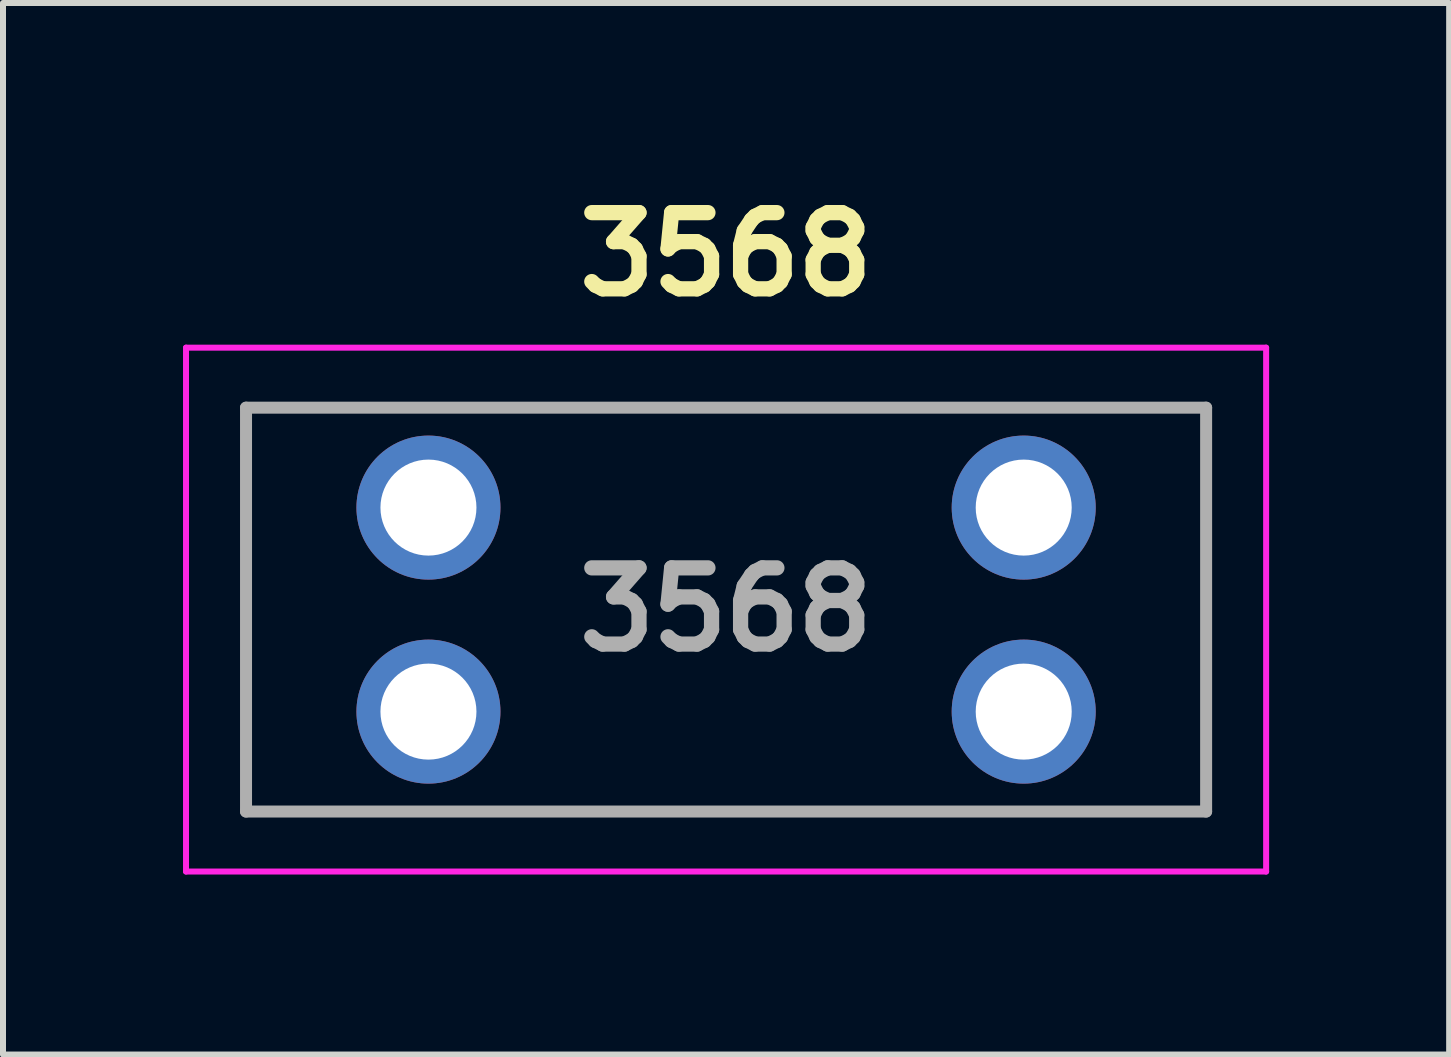
<source format=kicad_pcb>
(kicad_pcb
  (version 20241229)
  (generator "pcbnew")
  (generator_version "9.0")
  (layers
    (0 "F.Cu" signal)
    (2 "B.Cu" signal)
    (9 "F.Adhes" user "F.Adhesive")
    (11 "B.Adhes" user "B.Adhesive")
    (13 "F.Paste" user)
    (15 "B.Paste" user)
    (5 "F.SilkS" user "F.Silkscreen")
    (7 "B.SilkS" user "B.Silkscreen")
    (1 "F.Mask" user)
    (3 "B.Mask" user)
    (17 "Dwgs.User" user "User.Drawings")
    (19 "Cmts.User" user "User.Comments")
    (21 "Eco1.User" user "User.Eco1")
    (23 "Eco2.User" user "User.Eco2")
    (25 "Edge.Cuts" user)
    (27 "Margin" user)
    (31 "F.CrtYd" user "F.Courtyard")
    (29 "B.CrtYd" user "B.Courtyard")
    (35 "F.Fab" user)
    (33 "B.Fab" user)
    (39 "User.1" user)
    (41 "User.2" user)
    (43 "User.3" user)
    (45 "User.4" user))
  (footprint "3568"
    (layer "F.Cu")
    (at 4.09 8.809)
    (property "Reference" "3568" (at 4.96 -7.62 0) (layer "F.SilkS") (effects (font (size 1.27 1.27) (thickness 0.254))))
    (attr through_hole)
    (fp_line (start -3.04 -5.065) (end 12.96 -5.065) (stroke (width 0.1) (type solid)) (layer "F.SilkS"))
    (fp_line (start -3.04 1.665) (end -3.04 -5.065) (stroke (width 0.1) (type solid)) (layer "F.SilkS"))
    (fp_line (start 12.96 -5.065) (end 12.96 1.665) (stroke (width 0.1) (type solid)) (layer "F.SilkS"))
    (fp_line (start 12.96 1.665) (end -3.04 1.665) (stroke (width 0.1) (type solid)) (layer "F.SilkS"))
    (fp_line (start -4.04 -6.065) (end 13.96 -6.065) (stroke (width 0.1) (type solid)) (layer "F.CrtYd"))
    (fp_line (start -4.04 2.665) (end -4.04 -6.065) (stroke (width 0.1) (type solid)) (layer "F.CrtYd"))
    (fp_line (start 13.96 -6.065) (end 13.96 2.665) (stroke (width 0.1) (type solid)) (layer "F.CrtYd"))
    (fp_line (start 13.96 2.665) (end -4.04 2.665) (stroke (width 0.1) (type solid)) (layer "F.CrtYd"))
    (fp_line (start -3.04 -5.065) (end 12.96 -5.065) (stroke (width 0.2) (type solid)) (layer "F.Fab"))
    (fp_line (start -3.04 1.665) (end -3.04 -5.065) (stroke (width 0.2) (type solid)) (layer "F.Fab"))
    (fp_line (start 12.96 -5.065) (end 12.96 1.665) (stroke (width 0.2) (type solid)) (layer "F.Fab"))
    (fp_line (start 12.96 1.665) (end -3.04 1.665) (stroke (width 0.2) (type solid)) (layer "F.Fab"))
    (fp_text user "${REFERENCE}" (at 4.96 -1.7 0) (layer "F.Fab") (effects (font (size 1.27 1.27) (thickness 0.254))))
    (pad "1" thru_hole circle (at 0 0) (size 2.4 2.4) (drill 1.6) (layers "*.Cu" "*.Mask"))
    (pad "2" thru_hole circle (at 0 -3.4) (size 2.4 2.4) (drill 1.6) (layers "*.Cu" "*.Mask"))
    (pad "3" thru_hole circle (at 9.92 0) (size 2.4 2.4) (drill 1.6) (layers "*.Cu" "*.Mask"))
    (pad "4" thru_hole circle (at 9.92 -3.4) (size 2.4 2.4) (drill 1.6) (layers "*.Cu" "*.Mask")))
  (gr_rect
    (start -3 -3)
    (end 21.1 14.524)
    (stroke (width 0.1) (type default))
    (fill no)
    (layer "Edge.Cuts")))
</source>
